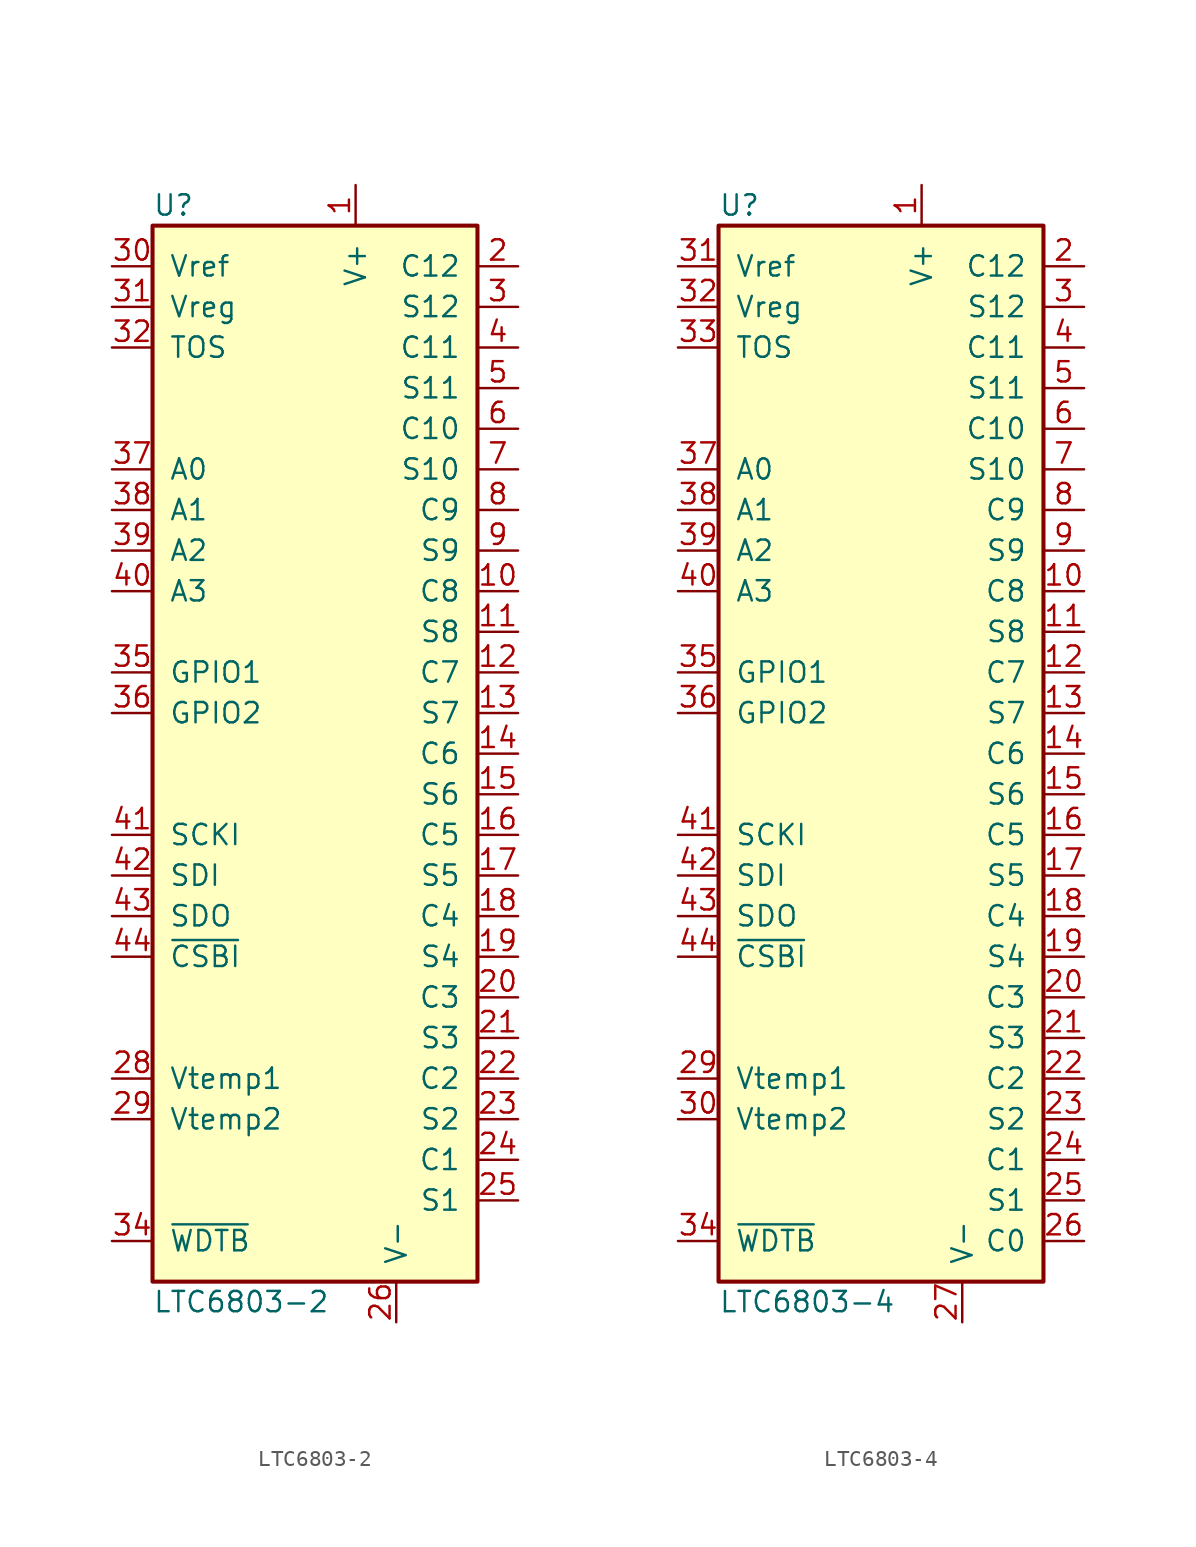
<source format=kicad_sym>
(kicad_symbol_lib
  (version 20211014)
  (generator kicad_symbol_editor)
  (symbol "LTC6803-2"
    (pin_names
      (offset 1.016))
    (property "Reference" "U"
      (at -10.16 34.29 0)
      (effects (font (size 1.27 1.27)) (justify left)))
    (property "Value" "LTC6803-2"
      (at -10.16 -34.29 0)
      (effects (font (size 1.27 1.27)) (justify left)))
    (symbol "LTC6803-2_0_1"
      (rectangle (start 10.16 -33.02) (end -10.16 33.02) (stroke (width 0.254) (type default) (color 0 0 0 0)) (fill (type background))))
    (symbol "LTC6803-2_1_1"
      (pin input line (at 2.54 35.56 270) (length 2.54) (name "V+" (effects (font (size 1.27 1.27)))) (number "1" (effects (font (size 1.27 1.27)))))
      (pin input line (at 12.7 10.16 180) (length 2.54) (name "C8" (effects (font (size 1.27 1.27)))) (number "10" (effects (font (size 1.27 1.27)))))
      (pin input line (at 12.7 7.62 180) (length 2.54) (name "S8" (effects (font (size 1.27 1.27)))) (number "11" (effects (font (size 1.27 1.27)))))
      (pin input line (at 12.7 5.08 180) (length 2.54) (name "C7" (effects (font (size 1.27 1.27)))) (number "12" (effects (font (size 1.27 1.27)))))
      (pin input line (at 12.7 2.54 180) (length 2.54) (name "S7" (effects (font (size 1.27 1.27)))) (number "13" (effects (font (size 1.27 1.27)))))
      (pin input line (at 12.7 0 180) (length 2.54) (name "C6" (effects (font (size 1.27 1.27)))) (number "14" (effects (font (size 1.27 1.27)))))
      (pin input line (at 12.7 -2.54 180) (length 2.54) (name "S6" (effects (font (size 1.27 1.27)))) (number "15" (effects (font (size 1.27 1.27)))))
      (pin input line (at 12.7 -5.08 180) (length 2.54) (name "C5" (effects (font (size 1.27 1.27)))) (number "16" (effects (font (size 1.27 1.27)))))
      (pin input line (at 12.7 -7.62 180) (length 2.54) (name "S5" (effects (font (size 1.27 1.27)))) (number "17" (effects (font (size 1.27 1.27)))))
      (pin input line (at 12.7 -10.16 180) (length 2.54) (name "C4" (effects (font (size 1.27 1.27)))) (number "18" (effects (font (size 1.27 1.27)))))
      (pin input line (at 12.7 -12.7 180) (length 2.54) (name "S4" (effects (font (size 1.27 1.27)))) (number "19" (effects (font (size 1.27 1.27)))))
      (pin input line (at 12.7 30.48 180) (length 2.54) (name "C12" (effects (font (size 1.27 1.27)))) (number "2" (effects (font (size 1.27 1.27)))))
      (pin input line (at 12.7 -15.24 180) (length 2.54) (name "C3" (effects (font (size 1.27 1.27)))) (number "20" (effects (font (size 1.27 1.27)))))
      (pin input line (at 12.7 -17.78 180) (length 2.54) (name "S3" (effects (font (size 1.27 1.27)))) (number "21" (effects (font (size 1.27 1.27)))))
      (pin input line (at 12.7 -20.32 180) (length 2.54) (name "C2" (effects (font (size 1.27 1.27)))) (number "22" (effects (font (size 1.27 1.27)))))
      (pin input line (at 12.7 -22.86 180) (length 2.54) (name "S2" (effects (font (size 1.27 1.27)))) (number "23" (effects (font (size 1.27 1.27)))))
      (pin input line (at 12.7 -25.4 180) (length 2.54) (name "C1" (effects (font (size 1.27 1.27)))) (number "24" (effects (font (size 1.27 1.27)))))
      (pin input line (at 12.7 -27.94 180) (length 2.54) (name "S1" (effects (font (size 1.27 1.27)))) (number "25" (effects (font (size 1.27 1.27)))))
      (pin input line (at 5.08 -35.56 90) (length 2.54) (name "V-" (effects (font (size 1.27 1.27)))) (number "26" (effects (font (size 1.27 1.27)))))
      (pin no_connect line (at 0 35.56 270) (length 2.54) hide (name "NC" (effects (font (size 1.27 1.27)))) (number "27" (effects (font (size 1.27 1.27)))))
      (pin input line (at -12.7 -20.32 0) (length 2.54) (name "Vtemp1" (effects (font (size 1.27 1.27)))) (number "28" (effects (font (size 1.27 1.27)))))
      (pin input line (at -12.7 -22.86 0) (length 2.54) (name "Vtemp2" (effects (font (size 1.27 1.27)))) (number "29" (effects (font (size 1.27 1.27)))))
      (pin input line (at 12.7 27.94 180) (length 2.54) (name "S12" (effects (font (size 1.27 1.27)))) (number "3" (effects (font (size 1.27 1.27)))))
      (pin input line (at -12.7 30.48 0) (length 2.54) (name "Vref" (effects (font (size 1.27 1.27)))) (number "30" (effects (font (size 1.27 1.27)))))
      (pin input line (at -12.7 27.94 0) (length 2.54) (name "Vreg" (effects (font (size 1.27 1.27)))) (number "31" (effects (font (size 1.27 1.27)))))
      (pin input line (at -12.7 25.4 0) (length 2.54) (name "TOS" (effects (font (size 1.27 1.27)))) (number "32" (effects (font (size 1.27 1.27)))))
      (pin no_connect line (at -2.54 35.56 270) (length 2.54) hide (name "NC" (effects (font (size 1.27 1.27)))) (number "33" (effects (font (size 1.27 1.27)))))
      (pin open_collector line (at -12.7 -30.48 0) (length 2.54) (name "~{WDTB}" (effects (font (size 1.27 1.27)))) (number "34" (effects (font (size 1.27 1.27)))))
      (pin input line (at -12.7 5.08 0) (length 2.54) (name "GPIO1" (effects (font (size 1.27 1.27)))) (number "35" (effects (font (size 1.27 1.27)))))
      (pin input line (at -12.7 2.54 0) (length 2.54) (name "GPIO2" (effects (font (size 1.27 1.27)))) (number "36" (effects (font (size 1.27 1.27)))))
      (pin input line (at -12.7 17.78 0) (length 2.54) (name "A0" (effects (font (size 1.27 1.27)))) (number "37" (effects (font (size 1.27 1.27)))))
      (pin input line (at -12.7 15.24 0) (length 2.54) (name "A1" (effects (font (size 1.27 1.27)))) (number "38" (effects (font (size 1.27 1.27)))))
      (pin input line (at -12.7 12.7 0) (length 2.54) (name "A2" (effects (font (size 1.27 1.27)))) (number "39" (effects (font (size 1.27 1.27)))))
      (pin input line (at 12.7 25.4 180) (length 2.54) (name "C11" (effects (font (size 1.27 1.27)))) (number "4" (effects (font (size 1.27 1.27)))))
      (pin input line (at -12.7 10.16 0) (length 2.54) (name "A3" (effects (font (size 1.27 1.27)))) (number "40" (effects (font (size 1.27 1.27)))))
      (pin input line (at -12.7 -5.08 0) (length 2.54) (name "SCKI" (effects (font (size 1.27 1.27)))) (number "41" (effects (font (size 1.27 1.27)))))
      (pin input line (at -12.7 -7.62 0) (length 2.54) (name "SDI" (effects (font (size 1.27 1.27)))) (number "42" (effects (font (size 1.27 1.27)))))
      (pin open_collector line (at -12.7 -10.16 0) (length 2.54) (name "SDO" (effects (font (size 1.27 1.27)))) (number "43" (effects (font (size 1.27 1.27)))))
      (pin input line (at -12.7 -12.7 0) (length 2.54) (name "~{CSBI}" (effects (font (size 1.27 1.27)))) (number "44" (effects (font (size 1.27 1.27)))))
      (pin input line (at 12.7 22.86 180) (length 2.54) (name "S11" (effects (font (size 1.27 1.27)))) (number "5" (effects (font (size 1.27 1.27)))))
      (pin input line (at 12.7 20.32 180) (length 2.54) (name "C10" (effects (font (size 1.27 1.27)))) (number "6" (effects (font (size 1.27 1.27)))))
      (pin input line (at 12.7 17.78 180) (length 2.54) (name "S10" (effects (font (size 1.27 1.27)))) (number "7" (effects (font (size 1.27 1.27)))))
      (pin input line (at 12.7 15.24 180) (length 2.54) (name "C9" (effects (font (size 1.27 1.27)))) (number "8" (effects (font (size 1.27 1.27)))))
      (pin input line (at 12.7 12.7 180) (length 2.54) (name "S9" (effects (font (size 1.27 1.27)))) (number "9" (effects (font (size 1.27 1.27)))))))
  (symbol "LTC6803-4"
    (pin_names
      (offset 1.016))
    (property "Reference" "U"
      (at -10.16 34.29 0)
      (effects (font (size 1.27 1.27)) (justify left)))
    (property "Value" "LTC6803-4"
      (at -10.16 -34.29 0)
      (effects (font (size 1.27 1.27)) (justify left)))
    (symbol "LTC6803-4_0_1"
      (rectangle (start 10.16 -33.02) (end -10.16 33.02) (stroke (width 0.254) (type default) (color 0 0 0 0)) (fill (type background))))
    (symbol "LTC6803-4_1_1"
      (pin input line (at 2.54 35.56 270) (length 2.54) (name "V+" (effects (font (size 1.27 1.27)))) (number "1" (effects (font (size 1.27 1.27)))))
      (pin input line (at 12.7 10.16 180) (length 2.54) (name "C8" (effects (font (size 1.27 1.27)))) (number "10" (effects (font (size 1.27 1.27)))))
      (pin input line (at 12.7 7.62 180) (length 2.54) (name "S8" (effects (font (size 1.27 1.27)))) (number "11" (effects (font (size 1.27 1.27)))))
      (pin input line (at 12.7 5.08 180) (length 2.54) (name "C7" (effects (font (size 1.27 1.27)))) (number "12" (effects (font (size 1.27 1.27)))))
      (pin input line (at 12.7 2.54 180) (length 2.54) (name "S7" (effects (font (size 1.27 1.27)))) (number "13" (effects (font (size 1.27 1.27)))))
      (pin input line (at 12.7 0 180) (length 2.54) (name "C6" (effects (font (size 1.27 1.27)))) (number "14" (effects (font (size 1.27 1.27)))))
      (pin input line (at 12.7 -2.54 180) (length 2.54) (name "S6" (effects (font (size 1.27 1.27)))) (number "15" (effects (font (size 1.27 1.27)))))
      (pin input line (at 12.7 -5.08 180) (length 2.54) (name "C5" (effects (font (size 1.27 1.27)))) (number "16" (effects (font (size 1.27 1.27)))))
      (pin input line (at 12.7 -7.62 180) (length 2.54) (name "S5" (effects (font (size 1.27 1.27)))) (number "17" (effects (font (size 1.27 1.27)))))
      (pin input line (at 12.7 -10.16 180) (length 2.54) (name "C4" (effects (font (size 1.27 1.27)))) (number "18" (effects (font (size 1.27 1.27)))))
      (pin input line (at 12.7 -12.7 180) (length 2.54) (name "S4" (effects (font (size 1.27 1.27)))) (number "19" (effects (font (size 1.27 1.27)))))
      (pin input line (at 12.7 30.48 180) (length 2.54) (name "C12" (effects (font (size 1.27 1.27)))) (number "2" (effects (font (size 1.27 1.27)))))
      (pin input line (at 12.7 -15.24 180) (length 2.54) (name "C3" (effects (font (size 1.27 1.27)))) (number "20" (effects (font (size 1.27 1.27)))))
      (pin input line (at 12.7 -17.78 180) (length 2.54) (name "S3" (effects (font (size 1.27 1.27)))) (number "21" (effects (font (size 1.27 1.27)))))
      (pin input line (at 12.7 -20.32 180) (length 2.54) (name "C2" (effects (font (size 1.27 1.27)))) (number "22" (effects (font (size 1.27 1.27)))))
      (pin input line (at 12.7 -22.86 180) (length 2.54) (name "S2" (effects (font (size 1.27 1.27)))) (number "23" (effects (font (size 1.27 1.27)))))
      (pin input line (at 12.7 -25.4 180) (length 2.54) (name "C1" (effects (font (size 1.27 1.27)))) (number "24" (effects (font (size 1.27 1.27)))))
      (pin input line (at 12.7 -27.94 180) (length 2.54) (name "S1" (effects (font (size 1.27 1.27)))) (number "25" (effects (font (size 1.27 1.27)))))
      (pin input line (at 12.7 -30.48 180) (length 2.54) (name "C0" (effects (font (size 1.27 1.27)))) (number "26" (effects (font (size 1.27 1.27)))))
      (pin input line (at 5.08 -35.56 90) (length 2.54) (name "V-" (effects (font (size 1.27 1.27)))) (number "27" (effects (font (size 1.27 1.27)))))
      (pin no_connect line (at 0 35.56 270) (length 2.54) hide (name "NC" (effects (font (size 1.27 1.27)))) (number "28" (effects (font (size 1.27 1.27)))))
      (pin input line (at -12.7 -20.32 0) (length 2.54) (name "Vtemp1" (effects (font (size 1.27 1.27)))) (number "29" (effects (font (size 1.27 1.27)))))
      (pin input line (at 12.7 27.94 180) (length 2.54) (name "S12" (effects (font (size 1.27 1.27)))) (number "3" (effects (font (size 1.27 1.27)))))
      (pin input line (at -12.7 -22.86 0) (length 2.54) (name "Vtemp2" (effects (font (size 1.27 1.27)))) (number "30" (effects (font (size 1.27 1.27)))))
      (pin input line (at -12.7 30.48 0) (length 2.54) (name "Vref" (effects (font (size 1.27 1.27)))) (number "31" (effects (font (size 1.27 1.27)))))
      (pin input line (at -12.7 27.94 0) (length 2.54) (name "Vreg" (effects (font (size 1.27 1.27)))) (number "32" (effects (font (size 1.27 1.27)))))
      (pin input line (at -12.7 25.4 0) (length 2.54) (name "TOS" (effects (font (size 1.27 1.27)))) (number "33" (effects (font (size 1.27 1.27)))))
      (pin open_collector line (at -12.7 -30.48 0) (length 2.54) (name "~{WDTB}" (effects (font (size 1.27 1.27)))) (number "34" (effects (font (size 1.27 1.27)))))
      (pin input line (at -12.7 5.08 0) (length 2.54) (name "GPIO1" (effects (font (size 1.27 1.27)))) (number "35" (effects (font (size 1.27 1.27)))))
      (pin input line (at -12.7 2.54 0) (length 2.54) (name "GPIO2" (effects (font (size 1.27 1.27)))) (number "36" (effects (font (size 1.27 1.27)))))
      (pin input line (at -12.7 17.78 0) (length 2.54) (name "A0" (effects (font (size 1.27 1.27)))) (number "37" (effects (font (size 1.27 1.27)))))
      (pin input line (at -12.7 15.24 0) (length 2.54) (name "A1" (effects (font (size 1.27 1.27)))) (number "38" (effects (font (size 1.27 1.27)))))
      (pin input line (at -12.7 12.7 0) (length 2.54) (name "A2" (effects (font (size 1.27 1.27)))) (number "39" (effects (font (size 1.27 1.27)))))
      (pin input line (at 12.7 25.4 180) (length 2.54) (name "C11" (effects (font (size 1.27 1.27)))) (number "4" (effects (font (size 1.27 1.27)))))
      (pin input line (at -12.7 10.16 0) (length 2.54) (name "A3" (effects (font (size 1.27 1.27)))) (number "40" (effects (font (size 1.27 1.27)))))
      (pin input line (at -12.7 -5.08 0) (length 2.54) (name "SCKI" (effects (font (size 1.27 1.27)))) (number "41" (effects (font (size 1.27 1.27)))))
      (pin input line (at -12.7 -7.62 0) (length 2.54) (name "SDI" (effects (font (size 1.27 1.27)))) (number "42" (effects (font (size 1.27 1.27)))))
      (pin open_collector line (at -12.7 -10.16 0) (length 2.54) (name "SDO" (effects (font (size 1.27 1.27)))) (number "43" (effects (font (size 1.27 1.27)))))
      (pin input line (at -12.7 -12.7 0) (length 2.54) (name "~{CSBI}" (effects (font (size 1.27 1.27)))) (number "44" (effects (font (size 1.27 1.27)))))
      (pin input line (at 12.7 22.86 180) (length 2.54) (name "S11" (effects (font (size 1.27 1.27)))) (number "5" (effects (font (size 1.27 1.27)))))
      (pin input line (at 12.7 20.32 180) (length 2.54) (name "C10" (effects (font (size 1.27 1.27)))) (number "6" (effects (font (size 1.27 1.27)))))
      (pin input line (at 12.7 17.78 180) (length 2.54) (name "S10" (effects (font (size 1.27 1.27)))) (number "7" (effects (font (size 1.27 1.27)))))
      (pin input line (at 12.7 15.24 180) (length 2.54) (name "C9" (effects (font (size 1.27 1.27)))) (number "8" (effects (font (size 1.27 1.27)))))
      (pin input line (at 12.7 12.7 180) (length 2.54) (name "S9" (effects (font (size 1.27 1.27)))) (number "9" (effects (font (size 1.27 1.27))))))))
</source>
